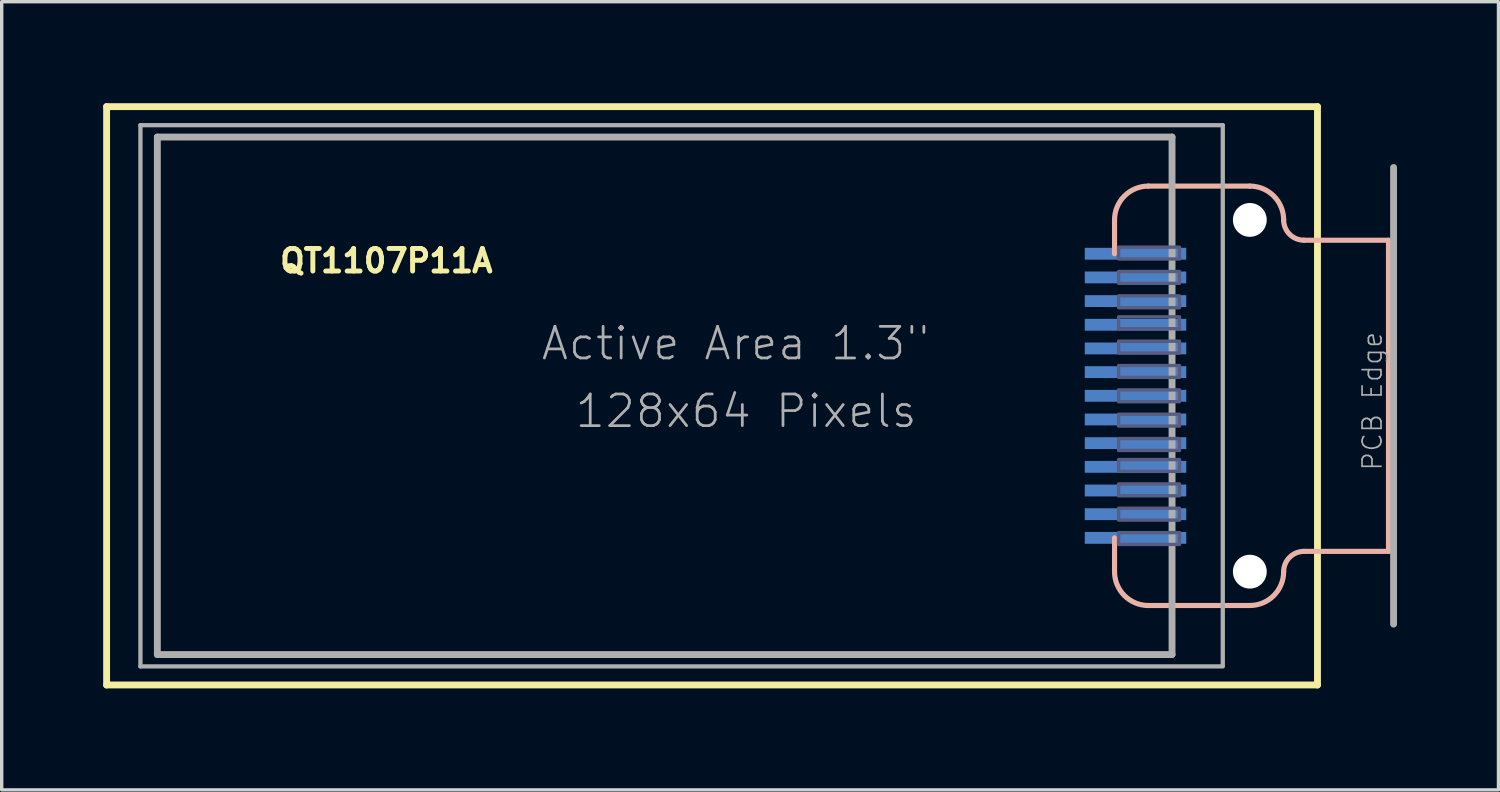
<source format=kicad_pcb>
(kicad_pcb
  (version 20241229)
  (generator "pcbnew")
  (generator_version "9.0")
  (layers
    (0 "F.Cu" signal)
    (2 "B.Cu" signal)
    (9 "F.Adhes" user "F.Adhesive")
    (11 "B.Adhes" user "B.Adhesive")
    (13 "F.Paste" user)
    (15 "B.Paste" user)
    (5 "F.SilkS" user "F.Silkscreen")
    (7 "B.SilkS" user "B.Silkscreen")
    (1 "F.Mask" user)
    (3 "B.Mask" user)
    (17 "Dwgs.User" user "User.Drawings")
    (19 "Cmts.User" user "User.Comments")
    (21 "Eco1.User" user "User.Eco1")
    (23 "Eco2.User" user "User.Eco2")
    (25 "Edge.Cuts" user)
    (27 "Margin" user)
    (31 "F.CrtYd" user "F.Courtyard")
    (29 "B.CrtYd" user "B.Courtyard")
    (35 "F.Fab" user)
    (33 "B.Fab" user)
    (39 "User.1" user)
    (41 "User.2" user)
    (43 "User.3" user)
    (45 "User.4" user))
  (footprint "QT1107P11A"
    (layer "F.Cu")
    (at 35.902 8.652)
    (property "Reference" "QT1107P11A" (at -30.75 -3.6 0) (layer "F.SilkS") (effects (font (size 0.666 0.666) (thickness 0.146)) (justify left bottom)))
    (fp_line (start -35.8 -8.55) (end -35.8 8.55) (stroke (width 0.203) (type solid)) (layer "F.SilkS"))
    (fp_line (start 0 -8.55) (end -35.8 -8.55) (stroke (width 0.203) (type solid)) (layer "F.SilkS"))
    (fp_line (start 0 -8.55) (end 0 8.55) (stroke (width 0.203) (type solid)) (layer "F.SilkS"))
    (fp_line (start 0 8.55) (end -35.8 8.55) (stroke (width 0.203) (type solid)) (layer "F.SilkS"))
    (fp_line (start -6 -4.2) (end -6 -5.2) (stroke (width 0.152) (type solid)) (layer "B.SilkS"))
    (fp_line (start -6 5.2) (end -6 4.2) (stroke (width 0.152) (type solid)) (layer "B.SilkS"))
    (fp_line (start -5 -6.2) (end -2 -6.2) (stroke (width 0.152) (type solid)) (layer "B.SilkS"))
    (fp_line (start -2 6.2) (end -5 6.2) (stroke (width 0.152) (type solid)) (layer "B.SilkS"))
    (fp_line (start -0.4 -4.6) (end 2.1 -4.6) (stroke (width 0.152) (type solid)) (layer "B.SilkS"))
    (fp_line (start 2.1 -4.6) (end 2.1 4.6) (stroke (width 0.152) (type solid)) (layer "B.SilkS"))
    (fp_line (start 2.1 4.6) (end -0.4 4.6) (stroke (width 0.152) (type solid)) (layer "B.SilkS"))
    (fp_arc (start -6 -5.2) (mid -5.707107 -5.907107) (end -5 -6.2) (stroke (width 0.1524) (type solid)) (layer "B.SilkS"))
    (fp_arc (start -5 6.2) (mid -5.707107 5.907107) (end -6 5.2) (stroke (width 0.1524) (type solid)) (layer "B.SilkS"))
    (fp_arc (start -2 -6.2) (mid -1.292893 -5.907107) (end -1 -5.2) (stroke (width 0.1524) (type solid)) (layer "B.SilkS"))
    (fp_arc (start -1 5.2) (mid -1.292893 5.907107) (end -2 6.2) (stroke (width 0.1524) (type solid)) (layer "B.SilkS"))
    (fp_arc (start -0.999999 5.200001) (mid -0.824264 4.775737) (end -0.4 4.6) (stroke (width 0.1524) (type solid)) (layer "B.SilkS"))
    (fp_arc (start -0.399999 -4.599999) (mid -0.824264 -4.775735) (end -1 -5.2) (stroke (width 0.1524) (type solid)) (layer "B.SilkS"))
    (fp_poly (pts (xy -5.88 -4.045) (xy -4.08 -4.045) (xy -4.08 -4.395) (xy -5.88 -4.395)) (stroke (width 0.1) (type default)) (fill no) (layer "B.Fab"))
    (fp_poly (pts (xy -5.88 -3.325) (xy -4.08 -3.325) (xy -4.08 -3.675) (xy -5.88 -3.675)) (stroke (width 0.1) (type default)) (fill no) (layer "B.Fab"))
    (fp_poly (pts (xy -5.88 -2.605) (xy -4.08 -2.605) (xy -4.08 -2.955) (xy -5.88 -2.955)) (stroke (width 0.1) (type default)) (fill no) (layer "B.Fab"))
    (fp_poly (pts (xy -5.88 -1.985) (xy -4.08 -1.985) (xy -4.08 -2.335) (xy -5.88 -2.335)) (stroke (width 0.1) (type default)) (fill no) (layer "B.Fab"))
    (fp_poly (pts (xy -5.88 -1.265) (xy -4.08 -1.265) (xy -4.08 -1.615) (xy -5.88 -1.615)) (stroke (width 0.1) (type default)) (fill no) (layer "B.Fab"))
    (fp_poly (pts (xy -5.88 -0.545) (xy -4.08 -0.545) (xy -4.08 -0.895) (xy -5.88 -0.895)) (stroke (width 0.1) (type default)) (fill no) (layer "B.Fab"))
    (fp_poly (pts (xy -5.88 0.175) (xy -4.08 0.175) (xy -4.08 -0.175) (xy -5.88 -0.175)) (stroke (width 0.1) (type default)) (fill no) (layer "B.Fab"))
    (fp_poly (pts (xy -5.88 0.895) (xy -4.08 0.895) (xy -4.08 0.545) (xy -5.88 0.545)) (stroke (width 0.1) (type default)) (fill no) (layer "B.Fab"))
    (fp_poly (pts (xy -5.88 1.615) (xy -4.08 1.615) (xy -4.08 1.265) (xy -5.88 1.265)) (stroke (width 0.1) (type default)) (fill no) (layer "B.Fab"))
    (fp_poly (pts (xy -5.88 2.235) (xy -4.08 2.235) (xy -4.08 1.885) (xy -5.88 1.885)) (stroke (width 0.1) (type default)) (fill no) (layer "B.Fab"))
    (fp_poly (pts (xy -5.88 2.955) (xy -4.08 2.955) (xy -4.08 2.605) (xy -5.88 2.605)) (stroke (width 0.1) (type default)) (fill no) (layer "B.Fab"))
    (fp_poly (pts (xy -5.88 3.675) (xy -4.08 3.675) (xy -4.08 3.325) (xy -5.88 3.325)) (stroke (width 0.1) (type default)) (fill no) (layer "B.Fab"))
    (fp_poly (pts (xy -5.88 4.395) (xy -4.08 4.395) (xy -4.08 4.045) (xy -5.88 4.045)) (stroke (width 0.1) (type default)) (fill no) (layer "B.Fab"))
    (fp_line (start -34.8 -8) (end -34.8 8) (stroke (width 0.127) (type solid)) (layer "F.Fab"))
    (fp_line (start -34.3 -7.65) (end -34.3 7.65) (stroke (width 0.203) (type solid)) (layer "F.Fab"))
    (fp_line (start -4.3 -7.65) (end -34.3 -7.65) (stroke (width 0.203) (type solid)) (layer "F.Fab"))
    (fp_line (start -4.3 -7.65) (end -4.3 7.65) (stroke (width 0.203) (type solid)) (layer "F.Fab"))
    (fp_line (start -4.3 7.65) (end -34.3 7.65) (stroke (width 0.203) (type solid)) (layer "F.Fab"))
    (fp_line (start -2.8 -8) (end -34.8 -8) (stroke (width 0.127) (type solid)) (layer "F.Fab"))
    (fp_line (start -2.8 -8) (end -2.8 7.975) (stroke (width 0.127) (type solid)) (layer "F.Fab"))
    (fp_line (start -2.8 8) (end -34.8 8) (stroke (width 0.127) (type solid)) (layer "F.Fab"))
    (fp_line (start 2.25 -6.75) (end 2.25 6.75) (stroke (width 0.203) (type solid)) (layer "F.Fab"))
    (fp_text user "Active Area 1.3\"" (at -23 -1 0) (layer "F.Fab") (effects (font (size 0.935 0.935) (thickness 0.081)) (justify left bottom)))
    (fp_text user "PCB Edge" (at 1.95 2.25 90) (layer "F.Fab") (effects (font (size 0.561 0.561) (thickness 0.049)) (justify left bottom)))
    (fp_text user "128x64 Pixels" (at -22 1 0) (layer "F.Fab") (effects (font (size 0.935 0.935) (thickness 0.081)) (justify left bottom)))
    (pad "" np_thru_hole circle (at -2 -5.2) (size 1 1) (drill 1) (layers "*.Cu" "*.Mask"))
    (pad "" np_thru_hole circle (at -2 5.2) (size 1 1) (drill 1) (layers "*.Cu" "*.Mask"))
    (pad "1" smd rect (at -5.38 4.2 180) (size 3 0.35) (layers "B.Cu" "B.Mask"))
    (pad "2" smd rect (at -5.38 3.5 180) (size 3 0.35) (layers "B.Cu" "B.Mask"))
    (pad "3" smd rect (at -5.38 2.8 180) (size 3 0.35) (layers "B.Cu" "B.Mask"))
    (pad "4" smd rect (at -5.38 2.1 180) (size 3 0.35) (layers "B.Cu" "B.Mask"))
    (pad "5" smd rect (at -5.38 1.4 180) (size 3 0.35) (layers "B.Cu" "B.Mask"))
    (pad "6" smd rect (at -5.38 0.7 180) (size 3 0.35) (layers "B.Cu" "B.Mask"))
    (pad "7" smd rect (at -5.38 0 180) (size 3 0.35) (layers "B.Cu" "B.Mask"))
    (pad "8" smd rect (at -5.38 -0.7 180) (size 3 0.35) (layers "B.Cu" "B.Mask"))
    (pad "9" smd rect (at -5.38 -1.4 180) (size 3 0.35) (layers "B.Cu" "B.Mask"))
    (pad "10" smd rect (at -5.38 -2.1 180) (size 3 0.35) (layers "B.Cu" "B.Mask"))
    (pad "11" smd rect (at -5.38 -2.8 180) (size 3 0.35) (layers "B.Cu" "B.Mask"))
    (pad "12" smd rect (at -5.38 -3.5 180) (size 3 0.35) (layers "B.Cu" "B.Mask"))
    (pad "13" smd rect (at -5.38 -4.2 180) (size 3 0.35) (layers "B.Cu" "B.Mask")))
  (gr_rect
    (start -3 -3)
    (end 41.253 20.303)
    (stroke (width 0.1) (type default))
    (fill no)
    (layer "Edge.Cuts")))
</source>
